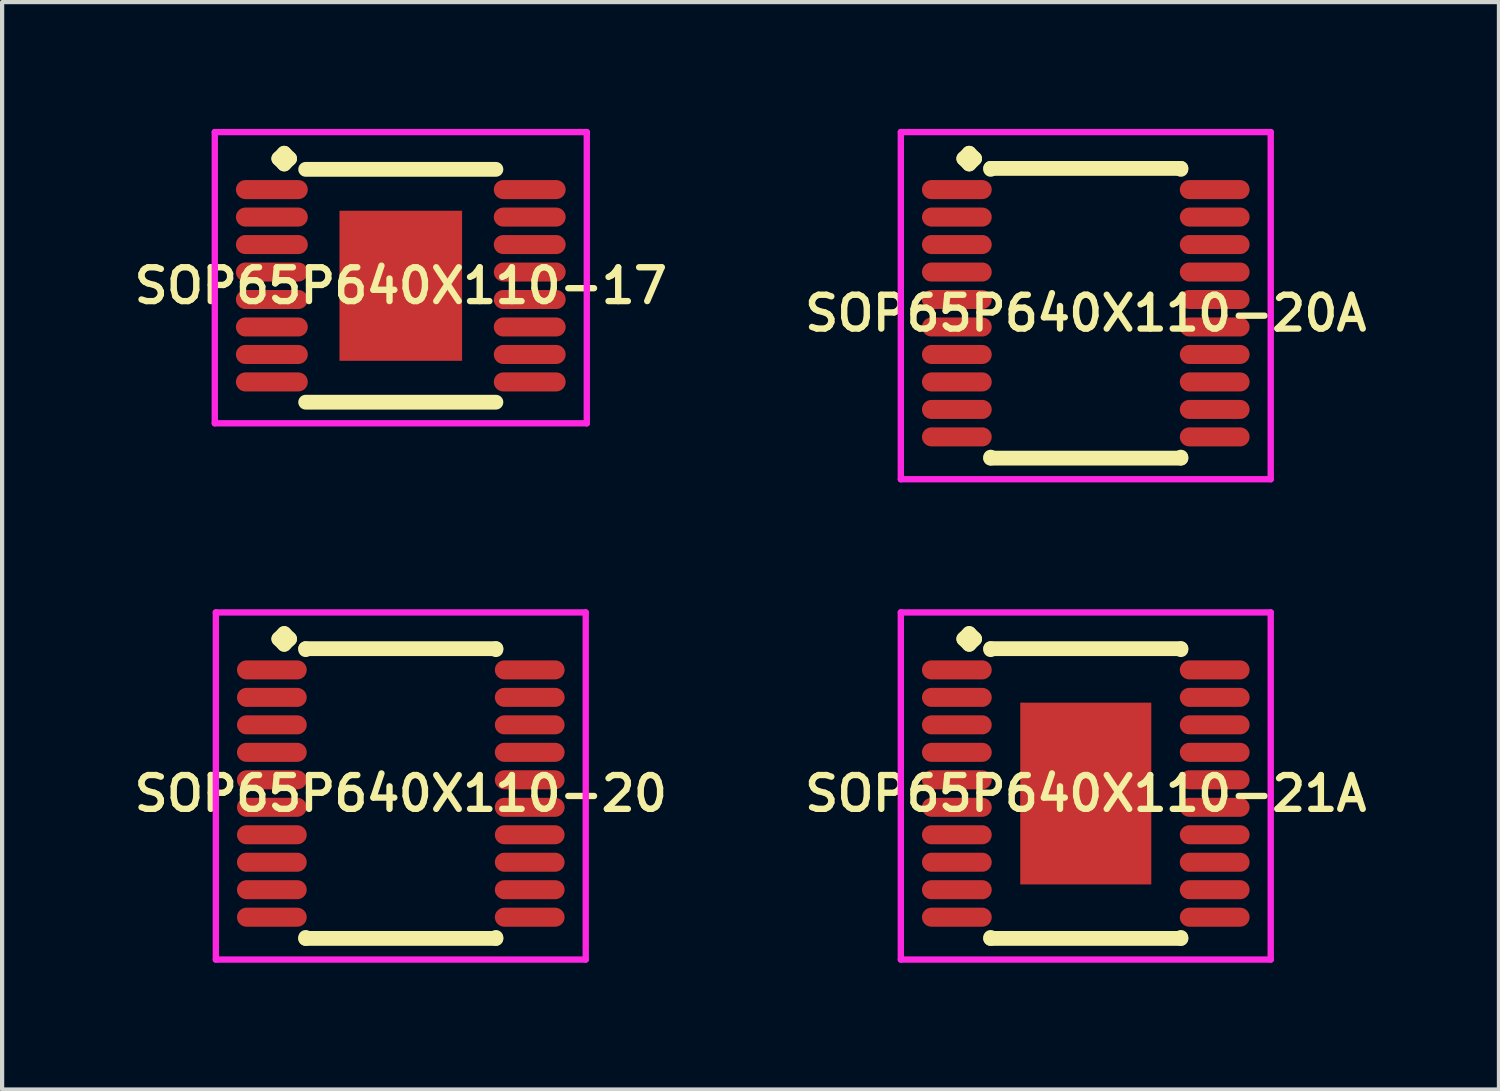
<source format=kicad_pcb>
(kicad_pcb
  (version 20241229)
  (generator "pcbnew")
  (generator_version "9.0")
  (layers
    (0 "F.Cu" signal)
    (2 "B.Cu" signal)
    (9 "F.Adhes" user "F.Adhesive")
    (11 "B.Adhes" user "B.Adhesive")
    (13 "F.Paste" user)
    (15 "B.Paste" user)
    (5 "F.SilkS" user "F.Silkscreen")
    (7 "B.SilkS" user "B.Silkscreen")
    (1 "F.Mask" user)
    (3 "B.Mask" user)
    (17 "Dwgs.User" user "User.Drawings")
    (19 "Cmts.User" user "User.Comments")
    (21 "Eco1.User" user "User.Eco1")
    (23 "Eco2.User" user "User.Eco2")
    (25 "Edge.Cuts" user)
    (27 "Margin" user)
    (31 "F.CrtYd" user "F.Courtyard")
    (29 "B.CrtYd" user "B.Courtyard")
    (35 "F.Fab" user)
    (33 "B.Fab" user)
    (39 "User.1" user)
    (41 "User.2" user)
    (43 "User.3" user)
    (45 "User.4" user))
  (footprint "SOP65P640X110-20"
    (layer "F.Cu")
    (at 6.431 15.722)
    (property "Reference" "SOP65P640X110-20" (at 0 0 0) (layer "F.SilkS") (effects (font (size 0.8 0.8) (thickness 0.15))))
    (attr smd)
    (fp_line (start -2.885 -3.658) (end -2.758 -3.785) (stroke (width 0.35) (type solid)) (layer "F.SilkS"))
    (fp_line (start -2.758 -3.785) (end -2.631 -3.658) (stroke (width 0.35) (type solid)) (layer "F.SilkS"))
    (fp_line (start -2.758 -3.531) (end -2.885 -3.658) (stroke (width 0.35) (type solid)) (layer "F.SilkS"))
    (fp_line (start -2.631 -3.658) (end -2.758 -3.531) (stroke (width 0.35) (type solid)) (layer "F.SilkS"))
    (fp_line (start -2.25 -3.427) (end 2.25 -3.427) (stroke (width 0.35) (type solid)) (layer "F.SilkS"))
    (fp_line (start -2.25 -3.404) (end -2.25 -3.427) (stroke (width 0.35) (type solid)) (layer "F.SilkS"))
    (fp_line (start -2.25 3.404) (end -2.25 3.427) (stroke (width 0.35) (type solid)) (layer "F.SilkS"))
    (fp_line (start -2.25 3.427) (end 2.25 3.427) (stroke (width 0.35) (type solid)) (layer "F.SilkS"))
    (fp_line (start 2.25 -3.427) (end 2.25 -3.404) (stroke (width 0.35) (type solid)) (layer "F.SilkS"))
    (fp_line (start 2.25 3.427) (end 2.25 3.404) (stroke (width 0.35) (type solid)) (layer "F.SilkS"))
    (fp_line (start -4.375 -4.285) (end 4.375 -4.285) (stroke (width 0.15) (type solid)) (layer "F.CrtYd"))
    (fp_line (start -4.375 3.927) (end -4.375 -4.285) (stroke (width 0.15) (type solid)) (layer "F.CrtYd"))
    (fp_line (start 4.375 -4.285) (end 4.375 3.927) (stroke (width 0.15) (type solid)) (layer "F.CrtYd"))
    (fp_line (start 4.375 3.927) (end -4.375 3.927) (stroke (width 0.15) (type solid)) (layer "F.CrtYd"))
    (pad "1" smd oval (at -3.05 -2.925) (size 1.65 0.45) (layers "F.Cu" "F.Mask" "F.Paste"))
    (pad "2" smd oval (at -3.05 -2.275) (size 1.65 0.45) (layers "F.Cu" "F.Mask" "F.Paste"))
    (pad "3" smd oval (at -3.05 -1.625) (size 1.65 0.45) (layers "F.Cu" "F.Mask" "F.Paste"))
    (pad "4" smd oval (at -3.05 -0.975) (size 1.65 0.45) (layers "F.Cu" "F.Mask" "F.Paste"))
    (pad "5" smd oval (at -3.05 -0.325) (size 1.65 0.45) (layers "F.Cu" "F.Mask" "F.Paste"))
    (pad "6" smd oval (at -3.05 0.325) (size 1.65 0.45) (layers "F.Cu" "F.Mask" "F.Paste"))
    (pad "7" smd oval (at -3.05 0.975) (size 1.65 0.45) (layers "F.Cu" "F.Mask" "F.Paste"))
    (pad "8" smd oval (at -3.05 1.625) (size 1.65 0.45) (layers "F.Cu" "F.Mask" "F.Paste"))
    (pad "9" smd oval (at -3.05 2.275) (size 1.65 0.45) (layers "F.Cu" "F.Mask" "F.Paste"))
    (pad "10" smd oval (at -3.05 2.925) (size 1.65 0.45) (layers "F.Cu" "F.Mask" "F.Paste"))
    (pad "11" smd oval (at 3.05 2.925) (size 1.65 0.45) (layers "F.Cu" "F.Mask" "F.Paste"))
    (pad "12" smd oval (at 3.05 2.275) (size 1.65 0.45) (layers "F.Cu" "F.Mask" "F.Paste"))
    (pad "13" smd oval (at 3.05 1.625) (size 1.65 0.45) (layers "F.Cu" "F.Mask" "F.Paste"))
    (pad "14" smd oval (at 3.05 0.975) (size 1.65 0.45) (layers "F.Cu" "F.Mask" "F.Paste"))
    (pad "15" smd oval (at 3.05 0.325) (size 1.65 0.45) (layers "F.Cu" "F.Mask" "F.Paste"))
    (pad "16" smd oval (at 3.05 -0.325) (size 1.65 0.45) (layers "F.Cu" "F.Mask" "F.Paste"))
    (pad "17" smd oval (at 3.05 -0.975) (size 1.65 0.45) (layers "F.Cu" "F.Mask" "F.Paste"))
    (pad "18" smd oval (at 3.05 -1.625) (size 1.65 0.45) (layers "F.Cu" "F.Mask" "F.Paste"))
    (pad "19" smd oval (at 3.05 -2.275) (size 1.65 0.45) (layers "F.Cu" "F.Mask" "F.Paste"))
    (pad "20" smd oval (at 3.05 -2.925) (size 1.65 0.45) (layers "F.Cu" "F.Mask" "F.Paste")))
  (footprint "SOP65P640X110-20A"
    (layer "F.Cu")
    (at 22.635 4.36)
    (property "Reference" "SOP65P640X110-20A" (at 0 0 0) (layer "F.SilkS") (effects (font (size 0.8 0.8) (thickness 0.15))))
    (attr smd)
    (fp_line (start -2.885 -3.658) (end -2.758 -3.785) (stroke (width 0.35) (type solid)) (layer "F.SilkS"))
    (fp_line (start -2.758 -3.785) (end -2.631 -3.658) (stroke (width 0.35) (type solid)) (layer "F.SilkS"))
    (fp_line (start -2.758 -3.531) (end -2.885 -3.658) (stroke (width 0.35) (type solid)) (layer "F.SilkS"))
    (fp_line (start -2.631 -3.658) (end -2.758 -3.531) (stroke (width 0.35) (type solid)) (layer "F.SilkS"))
    (fp_line (start -2.25 -3.427) (end 2.25 -3.427) (stroke (width 0.35) (type solid)) (layer "F.SilkS"))
    (fp_line (start -2.25 -3.404) (end -2.25 -3.427) (stroke (width 0.35) (type solid)) (layer "F.SilkS"))
    (fp_line (start -2.25 3.404) (end -2.25 3.427) (stroke (width 0.35) (type solid)) (layer "F.SilkS"))
    (fp_line (start -2.25 3.427) (end 2.25 3.427) (stroke (width 0.35) (type solid)) (layer "F.SilkS"))
    (fp_line (start 2.25 -3.427) (end 2.25 -3.404) (stroke (width 0.35) (type solid)) (layer "F.SilkS"))
    (fp_line (start 2.25 3.427) (end 2.25 3.404) (stroke (width 0.35) (type solid)) (layer "F.SilkS"))
    (fp_line (start -4.375 -4.285) (end 4.375 -4.285) (stroke (width 0.15) (type solid)) (layer "F.CrtYd"))
    (fp_line (start -4.375 3.927) (end -4.375 -4.285) (stroke (width 0.15) (type solid)) (layer "F.CrtYd"))
    (fp_line (start 4.375 -4.285) (end 4.375 3.927) (stroke (width 0.15) (type solid)) (layer "F.CrtYd"))
    (fp_line (start 4.375 3.927) (end -4.375 3.927) (stroke (width 0.15) (type solid)) (layer "F.CrtYd"))
    (pad "1" smd oval (at -3.05 -2.925) (size 1.65 0.45) (layers "F.Cu" "F.Mask" "F.Paste"))
    (pad "2" smd oval (at -3.05 -2.275) (size 1.65 0.45) (layers "F.Cu" "F.Mask" "F.Paste"))
    (pad "3" smd oval (at -3.05 -1.625) (size 1.65 0.45) (layers "F.Cu" "F.Mask" "F.Paste"))
    (pad "4" smd oval (at -3.05 -0.975) (size 1.65 0.45) (layers "F.Cu" "F.Mask" "F.Paste"))
    (pad "5" smd oval (at -3.05 -0.325) (size 1.65 0.45) (layers "F.Cu" "F.Mask" "F.Paste"))
    (pad "6" smd oval (at -3.05 0.325) (size 1.65 0.45) (layers "F.Cu" "F.Mask" "F.Paste"))
    (pad "7" smd oval (at -3.05 0.975) (size 1.65 0.45) (layers "F.Cu" "F.Mask" "F.Paste"))
    (pad "8" smd oval (at -3.05 1.625) (size 1.65 0.45) (layers "F.Cu" "F.Mask" "F.Paste"))
    (pad "9" smd oval (at -3.05 2.275) (size 1.65 0.45) (layers "F.Cu" "F.Mask" "F.Paste"))
    (pad "10" smd oval (at -3.05 2.925) (size 1.65 0.45) (layers "F.Cu" "F.Mask" "F.Paste"))
    (pad "11" smd oval (at 3.05 2.925) (size 1.65 0.45) (layers "F.Cu" "F.Mask" "F.Paste"))
    (pad "12" smd oval (at 3.05 2.275) (size 1.65 0.45) (layers "F.Cu" "F.Mask" "F.Paste"))
    (pad "13" smd oval (at 3.05 1.625) (size 1.65 0.45) (layers "F.Cu" "F.Mask" "F.Paste"))
    (pad "14" smd oval (at 3.05 0.975) (size 1.65 0.45) (layers "F.Cu" "F.Mask" "F.Paste"))
    (pad "15" smd oval (at 3.05 0.325) (size 1.65 0.45) (layers "F.Cu" "F.Mask" "F.Paste"))
    (pad "16" smd oval (at 3.05 -0.325) (size 1.65 0.45) (layers "F.Cu" "F.Mask" "F.Paste"))
    (pad "17" smd oval (at 3.05 -0.975) (size 1.65 0.45) (layers "F.Cu" "F.Mask" "F.Paste"))
    (pad "18" smd oval (at 3.05 -1.625) (size 1.65 0.45) (layers "F.Cu" "F.Mask" "F.Paste"))
    (pad "19" smd oval (at 3.05 -2.275) (size 1.65 0.45) (layers "F.Cu" "F.Mask" "F.Paste"))
    (pad "20" smd oval (at 3.05 -2.925) (size 1.65 0.45) (layers "F.Cu" "F.Mask" "F.Paste")))
  (footprint "SOP65P640X110-17"
    (layer "F.Cu")
    (at 6.431 3.71)
    (property "Reference" "SOP65P640X110-17" (at 0 0 0) (layer "F.SilkS") (effects (font (size 0.8 0.8) (thickness 0.15))))
    (attr smd)
    (fp_line (start -2.885 -3.008) (end -2.758 -3.135) (stroke (width 0.35) (type solid)) (layer "F.SilkS"))
    (fp_line (start -2.758 -3.135) (end -2.631 -3.008) (stroke (width 0.35) (type solid)) (layer "F.SilkS"))
    (fp_line (start -2.758 -2.881) (end -2.885 -3.008) (stroke (width 0.35) (type solid)) (layer "F.SilkS"))
    (fp_line (start -2.631 -3.008) (end -2.758 -2.881) (stroke (width 0.35) (type solid)) (layer "F.SilkS"))
    (fp_line (start -2.25 -2.754) (end 2.25 -2.754) (stroke (width 0.35) (type solid)) (layer "F.SilkS"))
    (fp_line (start -2.25 2.754) (end 2.25 2.754) (stroke (width 0.35) (type solid)) (layer "F.SilkS"))
    (fp_line (start -4.4 -3.635) (end 4.4 -3.635) (stroke (width 0.15) (type solid)) (layer "F.CrtYd"))
    (fp_line (start -4.4 3.254) (end -4.4 -3.635) (stroke (width 0.15) (type solid)) (layer "F.CrtYd"))
    (fp_line (start 4.4 -3.635) (end 4.4 3.254) (stroke (width 0.15) (type solid)) (layer "F.CrtYd"))
    (fp_line (start 4.4 3.254) (end -4.4 3.254) (stroke (width 0.15) (type solid)) (layer "F.CrtYd"))
    (pad "1" smd oval (at -3.05 -2.275) (size 1.7 0.45) (layers "F.Cu" "F.Mask" "F.Paste"))
    (pad "2" smd oval (at -3.05 -1.625) (size 1.7 0.45) (layers "F.Cu" "F.Mask" "F.Paste"))
    (pad "3" smd oval (at -3.05 -0.975) (size 1.7 0.45) (layers "F.Cu" "F.Mask" "F.Paste"))
    (pad "4" smd oval (at -3.05 -0.325) (size 1.7 0.45) (layers "F.Cu" "F.Mask" "F.Paste"))
    (pad "5" smd oval (at -3.05 0.325) (size 1.7 0.45) (layers "F.Cu" "F.Mask" "F.Paste"))
    (pad "6" smd oval (at -3.05 0.975) (size 1.7 0.45) (layers "F.Cu" "F.Mask" "F.Paste"))
    (pad "7" smd oval (at -3.05 1.625) (size 1.7 0.45) (layers "F.Cu" "F.Mask" "F.Paste"))
    (pad "8" smd oval (at -3.05 2.275) (size 1.7 0.45) (layers "F.Cu" "F.Mask" "F.Paste"))
    (pad "9" smd oval (at 3.05 2.275) (size 1.7 0.45) (layers "F.Cu" "F.Mask" "F.Paste"))
    (pad "10" smd oval (at 3.05 1.625) (size 1.7 0.45) (layers "F.Cu" "F.Mask" "F.Paste"))
    (pad "11" smd oval (at 3.05 0.975) (size 1.7 0.45) (layers "F.Cu" "F.Mask" "F.Paste"))
    (pad "12" smd oval (at 3.05 0.325) (size 1.7 0.45) (layers "F.Cu" "F.Mask" "F.Paste"))
    (pad "13" smd oval (at 3.05 -0.325) (size 1.7 0.45) (layers "F.Cu" "F.Mask" "F.Paste"))
    (pad "14" smd oval (at 3.05 -0.975) (size 1.7 0.45) (layers "F.Cu" "F.Mask" "F.Paste"))
    (pad "15" smd oval (at 3.05 -1.625) (size 1.7 0.45) (layers "F.Cu" "F.Mask" "F.Paste"))
    (pad "16" smd oval (at 3.05 -2.275) (size 1.7 0.45) (layers "F.Cu" "F.Mask" "F.Paste"))
    (pad "17" smd rect (at 0 0) (size 2.9 3.55) (layers "F.Cu" "F.Mask" "F.Paste")))
  (footprint "SOP65P640X110-21A"
    (layer "F.Cu")
    (at 22.635 15.722)
    (property "Reference" "SOP65P640X110-21A" (at 0 0 0) (layer "F.SilkS") (effects (font (size 0.8 0.8) (thickness 0.15))))
    (attr smd)
    (fp_line (start -2.885 -3.658) (end -2.758 -3.785) (stroke (width 0.35) (type solid)) (layer "F.SilkS"))
    (fp_line (start -2.758 -3.785) (end -2.631 -3.658) (stroke (width 0.35) (type solid)) (layer "F.SilkS"))
    (fp_line (start -2.758 -3.531) (end -2.885 -3.658) (stroke (width 0.35) (type solid)) (layer "F.SilkS"))
    (fp_line (start -2.631 -3.658) (end -2.758 -3.531) (stroke (width 0.35) (type solid)) (layer "F.SilkS"))
    (fp_line (start -2.25 -3.427) (end 2.25 -3.427) (stroke (width 0.35) (type solid)) (layer "F.SilkS"))
    (fp_line (start -2.25 -3.404) (end -2.25 -3.427) (stroke (width 0.35) (type solid)) (layer "F.SilkS"))
    (fp_line (start -2.25 3.404) (end -2.25 3.427) (stroke (width 0.35) (type solid)) (layer "F.SilkS"))
    (fp_line (start -2.25 3.427) (end 2.25 3.427) (stroke (width 0.35) (type solid)) (layer "F.SilkS"))
    (fp_line (start 2.25 -3.427) (end 2.25 -3.404) (stroke (width 0.35) (type solid)) (layer "F.SilkS"))
    (fp_line (start 2.25 3.427) (end 2.25 3.404) (stroke (width 0.35) (type solid)) (layer "F.SilkS"))
    (fp_line (start -4.375 -4.285) (end 4.375 -4.285) (stroke (width 0.15) (type solid)) (layer "F.CrtYd"))
    (fp_line (start -4.375 3.927) (end -4.375 -4.285) (stroke (width 0.15) (type solid)) (layer "F.CrtYd"))
    (fp_line (start 4.375 -4.285) (end 4.375 3.927) (stroke (width 0.15) (type solid)) (layer "F.CrtYd"))
    (fp_line (start 4.375 3.927) (end -4.375 3.927) (stroke (width 0.15) (type solid)) (layer "F.CrtYd"))
    (pad "1" smd oval (at -3.05 -2.925) (size 1.65 0.45) (layers "F.Cu" "F.Mask" "F.Paste"))
    (pad "2" smd oval (at -3.05 -2.275) (size 1.65 0.45) (layers "F.Cu" "F.Mask" "F.Paste"))
    (pad "3" smd oval (at -3.05 -1.625) (size 1.65 0.45) (layers "F.Cu" "F.Mask" "F.Paste"))
    (pad "4" smd oval (at -3.05 -0.975) (size 1.65 0.45) (layers "F.Cu" "F.Mask" "F.Paste"))
    (pad "5" smd oval (at -3.05 -0.325) (size 1.65 0.45) (layers "F.Cu" "F.Mask" "F.Paste"))
    (pad "6" smd oval (at -3.05 0.325) (size 1.65 0.45) (layers "F.Cu" "F.Mask" "F.Paste"))
    (pad "7" smd oval (at -3.05 0.975) (size 1.65 0.45) (layers "F.Cu" "F.Mask" "F.Paste"))
    (pad "8" smd oval (at -3.05 1.625) (size 1.65 0.45) (layers "F.Cu" "F.Mask" "F.Paste"))
    (pad "9" smd oval (at -3.05 2.275) (size 1.65 0.45) (layers "F.Cu" "F.Mask" "F.Paste"))
    (pad "10" smd oval (at -3.05 2.925) (size 1.65 0.45) (layers "F.Cu" "F.Mask" "F.Paste"))
    (pad "11" smd oval (at 3.05 2.925) (size 1.65 0.45) (layers "F.Cu" "F.Mask" "F.Paste"))
    (pad "12" smd oval (at 3.05 2.275) (size 1.65 0.45) (layers "F.Cu" "F.Mask" "F.Paste"))
    (pad "13" smd oval (at 3.05 1.625) (size 1.65 0.45) (layers "F.Cu" "F.Mask" "F.Paste"))
    (pad "14" smd oval (at 3.05 0.975) (size 1.65 0.45) (layers "F.Cu" "F.Mask" "F.Paste"))
    (pad "15" smd oval (at 3.05 0.325) (size 1.65 0.45) (layers "F.Cu" "F.Mask" "F.Paste"))
    (pad "16" smd oval (at 3.05 -0.325) (size 1.65 0.45) (layers "F.Cu" "F.Mask" "F.Paste"))
    (pad "17" smd oval (at 3.05 -0.975) (size 1.65 0.45) (layers "F.Cu" "F.Mask" "F.Paste"))
    (pad "18" smd oval (at 3.05 -1.625) (size 1.65 0.45) (layers "F.Cu" "F.Mask" "F.Paste"))
    (pad "19" smd oval (at 3.05 -2.275) (size 1.65 0.45) (layers "F.Cu" "F.Mask" "F.Paste"))
    (pad "20" smd oval (at 3.05 -2.925) (size 1.65 0.45) (layers "F.Cu" "F.Mask" "F.Paste"))
    (pad "21" smd rect (at 0 0) (size 3.1 4.3) (layers "F.Cu" "F.Mask" "F.Paste")))
  (gr_rect
    (start -3 -3)
    (end 32.409 22.724)
    (stroke (width 0.1) (type default))
    (fill no)
    (layer "Edge.Cuts")))
</source>
